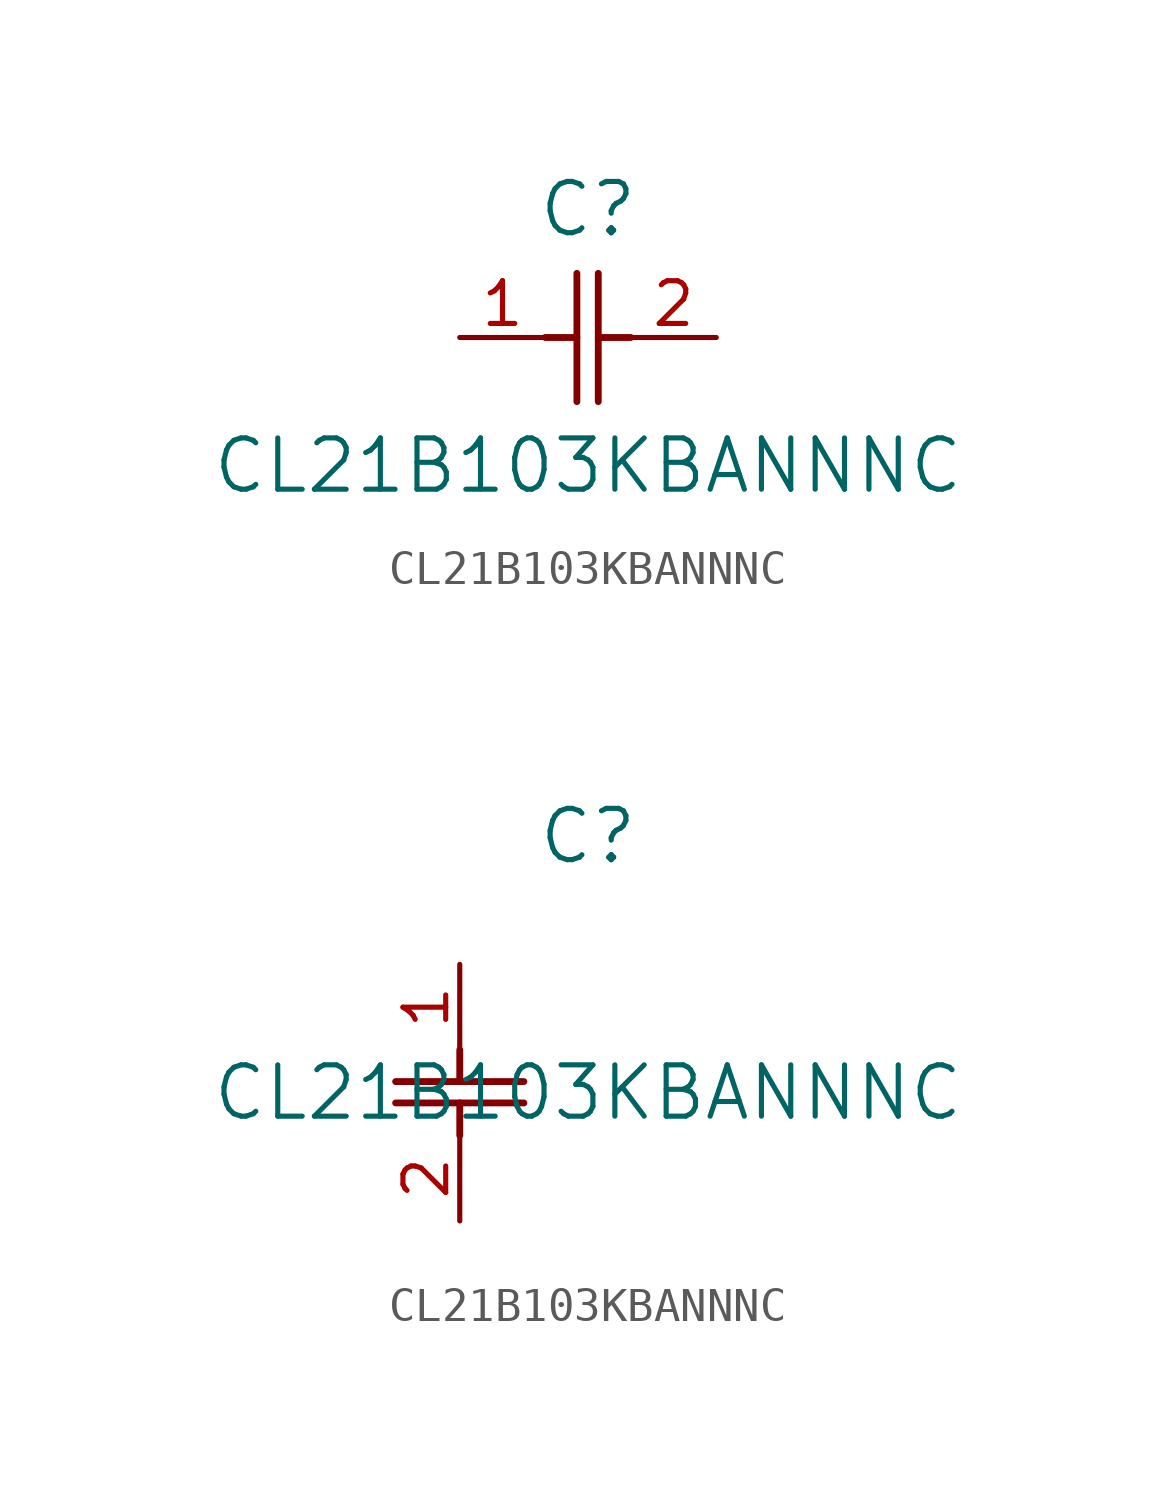
<source format=kicad_sym>
(kicad_symbol_lib
  (version 20211014)
  (generator kicad_symbol_editor)
  (symbol "CL21B103KBANNNC"
    (pin_names
      (offset 0.254))
    (property "Reference" "C"
      (at 3.81 3.81 0)
      (effects (font (size 1.524 1.524))))
    (property "Value" "CL21B103KBANNNC"
      (at 3.81 -3.81 0)
      (effects (font (size 1.524 1.524))))
    (symbol "CL21B103KBANNNC_1_1"
      (polyline (pts (xy 3.48 -1.905) (xy 3.48 1.905)) (stroke (width 0.203) (type default) (color 0 0 0 0)) (fill (type none)))
      (polyline (pts (xy 4.115 -1.905) (xy 4.115 1.905)) (stroke (width 0.203) (type default) (color 0 0 0 0)) (fill (type none)))
      (polyline (pts (xy 4.115 0) (xy 5.08 0)) (stroke (width 0.203) (type default) (color 0 0 0 0)) (fill (type none)))
      (polyline (pts (xy 2.54 0) (xy 3.48 0)) (stroke (width 0.203) (type default) (color 0 0 0 0)) (fill (type none)))
      (pin unspecified line (at 0 0 0) (length 2.54) (name "" (effects (font (size 1.27 1.27)))) (number "1" (effects (font (size 1.27 1.27)))))
      (pin unspecified line (at 7.62 0 180) (length 2.54) (name "" (effects (font (size 1.27 1.27)))) (number "2" (effects (font (size 1.27 1.27))))))
    (symbol "CL21B103KBANNNC_1_2"
      (polyline (pts (xy -1.905 -3.48) (xy 1.905 -3.48)) (stroke (width 0.203) (type default) (color 0 0 0 0)) (fill (type none)))
      (polyline (pts (xy -1.905 -4.115) (xy 1.905 -4.115)) (stroke (width 0.203) (type default) (color 0 0 0 0)) (fill (type none)))
      (polyline (pts (xy 0 -4.115) (xy 0 -5.08)) (stroke (width 0.203) (type default) (color 0 0 0 0)) (fill (type none)))
      (polyline (pts (xy 0 -2.54) (xy 0 -3.48)) (stroke (width 0.203) (type default) (color 0 0 0 0)) (fill (type none)))
      (pin unspecified line (at 0 0 270) (length 2.54) (name "" (effects (font (size 1.27 1.27)))) (number "1" (effects (font (size 1.27 1.27)))))
      (pin unspecified line (at 0 -7.62 90) (length 2.54) (name "" (effects (font (size 1.27 1.27)))) (number "2" (effects (font (size 1.27 1.27))))))))
</source>
